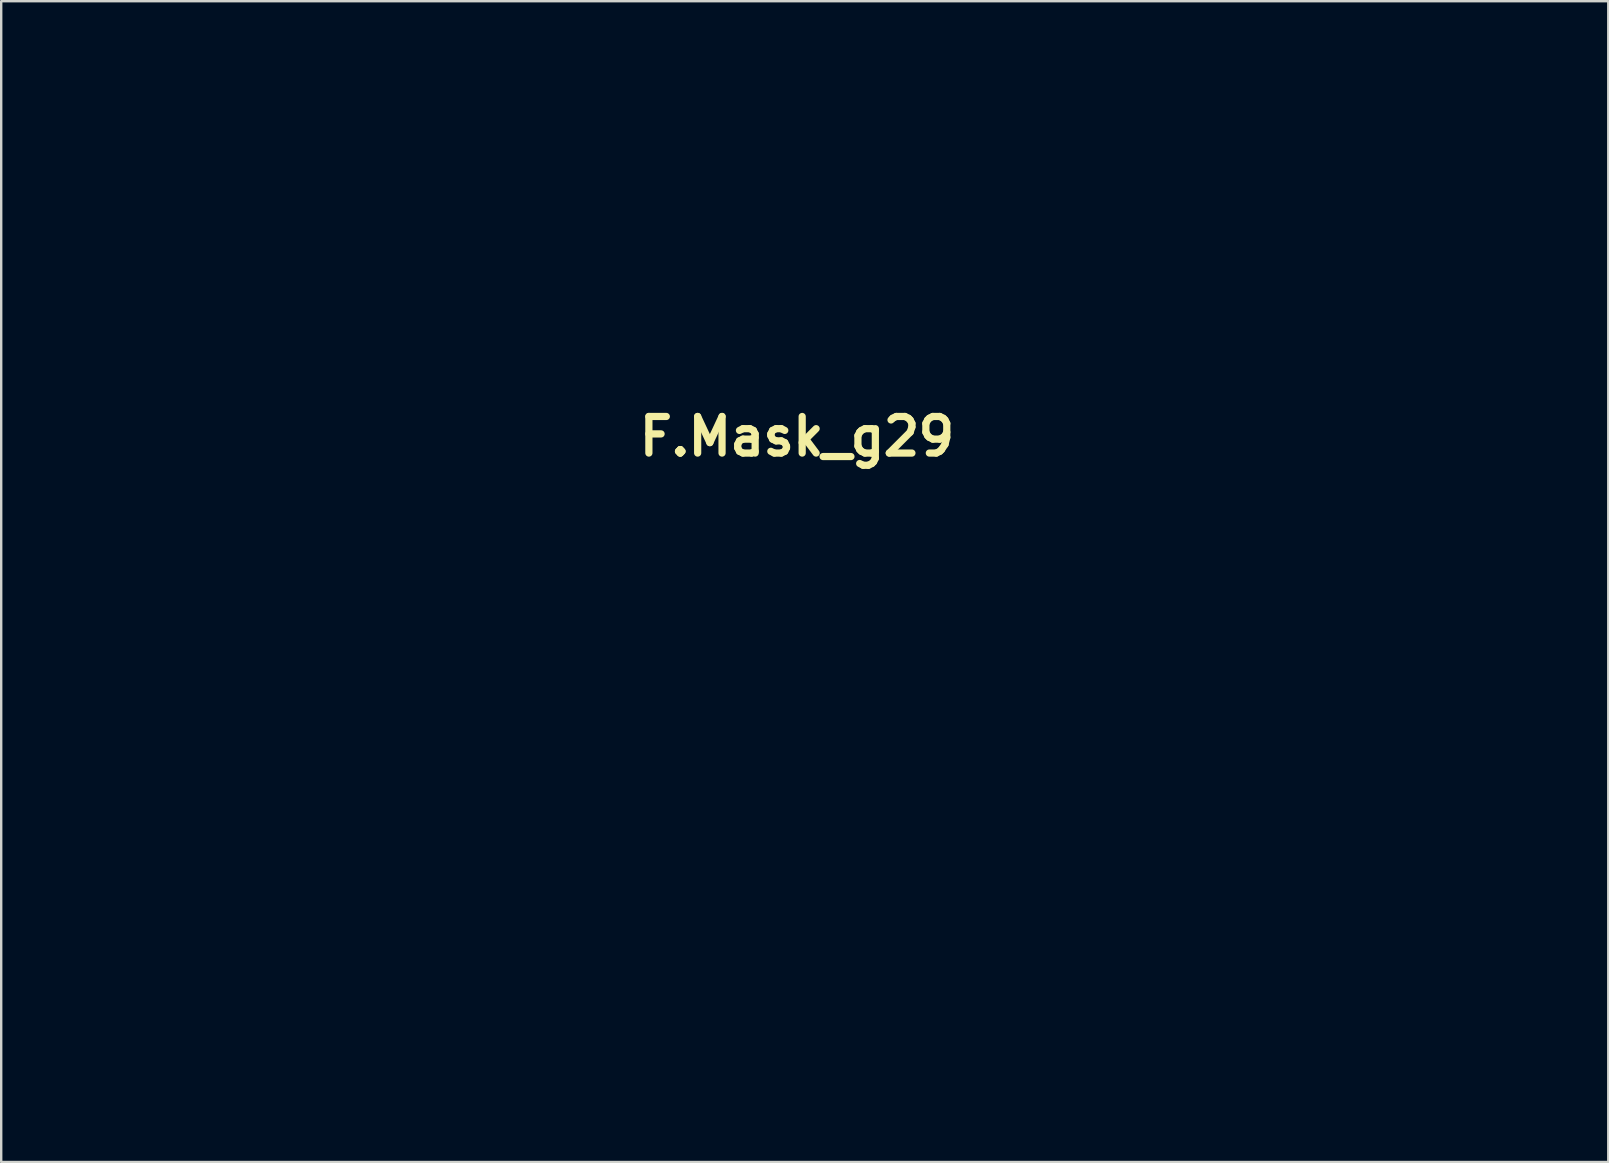
<source format=kicad_pcb>
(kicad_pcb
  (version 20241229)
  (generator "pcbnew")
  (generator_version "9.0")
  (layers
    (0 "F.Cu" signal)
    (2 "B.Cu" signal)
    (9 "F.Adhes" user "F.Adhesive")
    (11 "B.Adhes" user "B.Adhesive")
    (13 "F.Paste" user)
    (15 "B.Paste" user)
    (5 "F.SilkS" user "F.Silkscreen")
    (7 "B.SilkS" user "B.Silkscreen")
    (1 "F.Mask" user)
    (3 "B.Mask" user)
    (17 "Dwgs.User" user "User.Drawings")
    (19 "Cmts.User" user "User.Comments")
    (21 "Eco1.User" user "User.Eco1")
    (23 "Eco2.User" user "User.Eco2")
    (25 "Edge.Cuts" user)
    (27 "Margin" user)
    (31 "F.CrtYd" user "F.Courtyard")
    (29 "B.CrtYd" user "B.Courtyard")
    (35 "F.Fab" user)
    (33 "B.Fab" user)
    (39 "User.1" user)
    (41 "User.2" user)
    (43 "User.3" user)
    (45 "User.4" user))
  (footprint "F.Mask_g29"
    (layer "F.Cu")
    (at 30.151 15.135)
    (property "Reference" "F.Mask_g29" (at 0 0 0) (layer "F.SilkS") (effects (font (size 1.524 1.524) (thickness 0.3))))
    (attr through_hole)
    (fp_poly (pts (xy 21.77 -4.731) (xy 21.77 -4.286) (xy 19.817 -4.281) (xy 17.865 -4.275) (xy 17.865 -4.742) (xy 21.77 -4.731)) (stroke (width 0.01) (type solid)) (fill yes) (layer "F.Mask"))
    (fp_poly (pts (xy 9.25 -1.143) (xy 8.572 -1.143) (xy 8.572 -1.355) (xy 4.487 -1.355) (xy 4.487 -1.82) (xy 8.572 -1.82) (xy 8.572 -3.619) (xy 4.487 -3.619) (xy 4.487 -4.085) (xy 9.25 -4.085) (xy 9.25 -1.143)) (stroke (width 0.01) (type solid)) (fill yes) (layer "F.Mask"))
    (fp_poly (pts (xy 9.872 -5.228) (xy 10.028 -5.111) (xy 10.2 -4.975) (xy 10.392 -4.813) (xy 10.506 -4.715) (xy 10.537 -4.688) (xy 10.553 -4.668) (xy 10.55 -4.648) (xy 10.524 -4.626) (xy 10.47 -4.595) (xy 10.384 -4.55) (xy 10.351 -4.533) (xy 10.192 -4.451) (xy 9.912 -4.686) (xy 9.804 -4.775) (xy 9.693 -4.864) (xy 9.588 -4.946) (xy 9.499 -5.012) (xy 9.463 -5.038) (xy 9.391 -5.088) (xy 9.334 -5.13) (xy 9.3 -5.158) (xy 9.294 -5.165) (xy 9.311 -5.178) (xy 9.358 -5.207) (xy 9.426 -5.246) (xy 9.48 -5.275) (xy 9.667 -5.374) (xy 9.872 -5.228)) (stroke (width 0.01) (type solid)) (fill yes) (layer "F.Mask"))
    (fp_poly (pts (xy 9.073 -5.037) (xy 9.177 -4.955) (xy 9.285 -4.867) (xy 9.391 -4.777) (xy 9.491 -4.69) (xy 9.579 -4.609) (xy 9.652 -4.54) (xy 9.705 -4.485) (xy 9.733 -4.449) (xy 9.735 -4.438) (xy 9.701 -4.417) (xy 9.643 -4.385) (xy 9.572 -4.348) (xy 9.499 -4.311) (xy 9.433 -4.279) (xy 9.387 -4.259) (xy 9.371 -4.255) (xy 9.338 -4.269) (xy 9.296 -4.304) (xy 9.291 -4.31) (xy 9.257 -4.342) (xy 9.197 -4.396) (xy 9.117 -4.465) (xy 9.024 -4.545) (xy 8.923 -4.63) (xy 8.823 -4.714) (xy 8.728 -4.792) (xy 8.646 -4.859) (xy 8.583 -4.908) (xy 8.555 -4.93) (xy 8.484 -4.98) (xy 8.872 -5.189) (xy 9.073 -5.037)) (stroke (width 0.01) (type solid)) (fill yes) (layer "F.Mask"))
    (fp_poly (pts (xy 22.839 -3.027) (xy 20.426 -3.027) (xy 20.426 -2.852) (xy 20.409 -2.527) (xy 20.356 -2.223) (xy 20.267 -1.94) (xy 20.139 -1.672) (xy 19.974 -1.419) (xy 19.768 -1.176) (xy 19.671 -1.079) (xy 19.569 -0.985) (xy 19.464 -0.894) (xy 19.361 -0.81) (xy 19.266 -0.738) (xy 19.185 -0.682) (xy 19.123 -0.646) (xy 19.089 -0.636) (xy 19.061 -0.646) (xy 19.003 -0.672) (xy 18.923 -0.711) (xy 18.828 -0.76) (xy 18.791 -0.779) (xy 18.695 -0.83) (xy 18.615 -0.874) (xy 18.556 -0.908) (xy 18.525 -0.928) (xy 18.522 -0.931) (xy 18.539 -0.946) (xy 18.583 -0.976) (xy 18.643 -1.011) (xy 18.829 -1.131) (xy 19.014 -1.277) (xy 19.187 -1.437) (xy 19.337 -1.601) (xy 19.401 -1.685) (xy 19.531 -1.893) (xy 19.628 -2.112) (xy 19.695 -2.35) (xy 19.733 -2.612) (xy 19.742 -2.746) (xy 19.755 -3.027) (xy 16.806 -3.027) (xy 16.806 -3.471) (xy 22.839 -3.471) (xy 22.839 -3.027)) (stroke (width 0.01) (type solid)) (fill yes) (layer "F.Mask"))
    (fp_poly (pts (xy 2.706 -5.025) (xy 2.84 -5.005) (xy 2.947 -4.975) (xy 2.948 -4.975) (xy 3.079 -4.911) (xy 3.194 -4.827) (xy 3.284 -4.732) (xy 3.323 -4.668) (xy 3.36 -4.548) (xy 3.364 -4.419) (xy 3.336 -4.295) (xy 3.29 -4.209) (xy 3.202 -4.112) (xy 3.085 -4.026) (xy 2.956 -3.96) (xy 2.914 -3.946) (xy 2.817 -3.924) (xy 2.694 -3.909) (xy 2.561 -3.903) (xy 2.431 -3.904) (xy 2.317 -3.913) (xy 2.249 -3.926) (xy 2.075 -3.99) (xy 1.935 -4.074) (xy 1.831 -4.176) (xy 1.762 -4.296) (xy 1.736 -4.417) (xy 2.024 -4.417) (xy 2.059 -4.32) (xy 2.129 -4.233) (xy 2.221 -4.17) (xy 2.286 -4.14) (xy 2.35 -4.122) (xy 2.427 -4.113) (xy 2.529 -4.112) (xy 2.582 -4.113) (xy 2.686 -4.117) (xy 2.76 -4.126) (xy 2.817 -4.142) (xy 2.871 -4.167) (xy 2.878 -4.17) (xy 2.98 -4.246) (xy 3.044 -4.339) (xy 3.069 -4.449) (xy 3.069 -4.466) (xy 3.053 -4.572) (xy 3.003 -4.661) (xy 2.916 -4.735) (xy 2.854 -4.77) (xy 2.78 -4.803) (xy 2.712 -4.821) (xy 2.633 -4.829) (xy 2.568 -4.83) (xy 2.419 -4.823) (xy 2.3 -4.798) (xy 2.201 -4.752) (xy 2.138 -4.705) (xy 2.063 -4.617) (xy 2.025 -4.518) (xy 2.024 -4.417) (xy 1.736 -4.417) (xy 1.733 -4.43) (xy 1.731 -4.466) (xy 1.751 -4.602) (xy 1.81 -4.724) (xy 1.904 -4.831) (xy 2.03 -4.919) (xy 2.186 -4.987) (xy 2.307 -5.019) (xy 2.424 -5.033) (xy 2.563 -5.035) (xy 2.706 -5.025)) (stroke (width 0.01) (type solid)) (fill yes) (layer "F.Mask"))
    (fp_poly (pts (xy -15.483 -10.218) (xy -15.534 -10.131) (xy -15.603 -10.01) (xy -15.691 -9.859) (xy -15.793 -9.681) (xy -15.91 -9.48) (xy -16.038 -9.257) (xy -16.176 -9.018) (xy -16.322 -8.765) (xy -16.475 -8.501) (xy -16.632 -8.229) (xy -16.791 -7.953) (xy -16.898 -7.768) (xy -18.028 -5.81) (xy -19.984 -5.805) (xy -21.939 -5.799) (xy -23.387 -3.291) (xy -24.834 -0.783) (xy -26.78 -0.783) (xy -26.728 -0.873) (xy -26.641 -1.023) (xy -26.541 -1.195) (xy -26.429 -1.389) (xy -26.307 -1.6) (xy -26.176 -1.827) (xy -26.037 -2.067) (xy -25.892 -2.318) (xy -25.743 -2.577) (xy -25.59 -2.842) (xy -25.436 -3.11) (xy -25.282 -3.378) (xy -25.128 -3.644) (xy -24.977 -3.906) (xy -24.831 -4.161) (xy -24.689 -4.407) (xy -24.555 -4.64) (xy -24.429 -4.859) (xy -24.313 -5.061) (xy -24.208 -5.244) (xy -24.116 -5.404) (xy -24.038 -5.54) (xy -23.976 -5.649) (xy -23.931 -5.728) (xy -23.904 -5.775) (xy -23.897 -5.788) (xy -23.918 -5.79) (xy -23.977 -5.792) (xy -24.071 -5.795) (xy -24.196 -5.797) (xy -24.349 -5.799) (xy -24.526 -5.801) (xy -24.723 -5.802) (xy -24.937 -5.804) (xy -25.144 -5.805) (xy -26.39 -5.81) (xy -25.975 -6.53) (xy -25.56 -7.25) (xy -22.327 -7.244) (xy -19.094 -7.238) (xy -19.063 -7.286) (xy -19.046 -7.313) (xy -19.011 -7.374) (xy -18.958 -7.463) (xy -18.891 -7.579) (xy -18.811 -7.717) (xy -18.72 -7.873) (xy -18.621 -8.045) (xy -18.515 -8.228) (xy -18.469 -8.308) (xy -17.907 -9.282) (xy -20.538 -9.292) (xy -23.169 -9.303) (xy -22.361 -10.7) (xy -15.2 -10.71) (xy -15.483 -10.218)) (stroke (width 0.01) (type solid)) (fill yes) (layer "F.Mask"))
    (fp_poly (pts (xy 27.042 -10.566) (xy 27.026 -10.538) (xy 26.992 -10.478) (xy 26.939 -10.386) (xy 26.871 -10.267) (xy 26.788 -10.124) (xy 26.693 -9.958) (xy 26.587 -9.775) (xy 26.472 -9.575) (xy 26.35 -9.363) (xy 26.229 -9.155) (xy 25.447 -7.8) (xy 23.016 -7.794) (xy 20.585 -7.789) (xy 20.349 -7.382) (xy 20.113 -6.974) (xy 22.587 -6.964) (xy 25.062 -6.953) (xy 24.711 -6.345) (xy 24.359 -5.736) (xy 17.824 -5.736) (xy 18.041 -6.112) (xy 18.082 -6.181) (xy 18.141 -6.284) (xy 18.219 -6.418) (xy 18.312 -6.58) (xy 18.42 -6.767) (xy 18.54 -6.976) (xy 18.672 -7.204) (xy 18.813 -7.448) (xy 18.962 -7.705) (xy 19.116 -7.973) (xy 19.275 -8.248) (xy 19.436 -8.528) (xy 19.44 -8.534) (xy 19.583 -8.782) (xy 21.273 -8.782) (xy 21.293 -8.777) (xy 21.35 -8.771) (xy 21.44 -8.767) (xy 21.557 -8.763) (xy 21.697 -8.761) (xy 21.796 -8.76) (xy 21.947 -8.759) (xy 22.131 -8.757) (xy 22.337 -8.755) (xy 22.557 -8.752) (xy 22.78 -8.748) (xy 22.997 -8.745) (xy 23.114 -8.743) (xy 23.309 -8.74) (xy 23.503 -8.736) (xy 23.69 -8.733) (xy 23.862 -8.73) (xy 24.012 -8.728) (xy 24.133 -8.726) (xy 24.205 -8.725) (xy 24.503 -8.721) (xy 24.744 -9.139) (xy 24.816 -9.263) (xy 24.883 -9.379) (xy 24.941 -9.48) (xy 24.987 -9.56) (xy 25.018 -9.613) (xy 25.025 -9.626) (xy 25.066 -9.694) (xy 21.786 -9.694) (xy 21.529 -9.248) (xy 21.458 -9.123) (xy 21.394 -9.01) (xy 21.341 -8.914) (xy 21.301 -8.841) (xy 21.278 -8.795) (xy 21.273 -8.782) (xy 19.583 -8.782) (xy 20.621 -10.581) (xy 20.751 -10.592) (xy 20.787 -10.593) (xy 20.863 -10.595) (xy 20.976 -10.596) (xy 21.125 -10.598) (xy 21.305 -10.599) (xy 21.516 -10.601) (xy 21.754 -10.603) (xy 22.017 -10.604) (xy 22.303 -10.606) (xy 22.608 -10.607) (xy 22.931 -10.609) (xy 23.27 -10.61) (xy 23.621 -10.611) (xy 23.976 -10.612) (xy 27.071 -10.622) (xy 27.042 -10.566)) (stroke (width 0.01) (type solid)) (fill yes) (layer "F.Mask"))
    (fp_poly (pts (xy -15.219 4.416) (xy -15.133 4.467) (xy -15.014 4.536) (xy -14.866 4.623) (xy -14.691 4.725) (xy -14.493 4.841) (xy -14.276 4.968) (xy -14.044 5.104) (xy -13.799 5.247) (xy -13.545 5.395) (xy -13.285 5.547) (xy -13.024 5.7) (xy -13.018 5.704) (xy -12.722 5.876) (xy -12.397 6.066) (xy -12.049 6.269) (xy -11.685 6.482) (xy -11.311 6.701) (xy -10.935 6.921) (xy -10.563 7.138) (xy -10.201 7.349) (xy -9.857 7.55) (xy -9.538 7.737) (xy -9.43 7.8) (xy -9.165 7.955) (xy -8.904 8.107) (xy -8.651 8.255) (xy -8.408 8.397) (xy -8.179 8.531) (xy -7.967 8.655) (xy -7.775 8.767) (xy -7.605 8.866) (xy -7.461 8.95) (xy -7.347 9.017) (xy -7.265 9.065) (xy -7.241 9.079) (xy -7.132 9.144) (xy -7.036 9.202) (xy -6.959 9.251) (xy -6.907 9.286) (xy -6.886 9.304) (xy -6.886 9.304) (xy -6.896 9.331) (xy -6.933 9.383) (xy -6.994 9.459) (xy -7.075 9.553) (xy -7.172 9.663) (xy -7.283 9.784) (xy -7.404 9.914) (xy -7.532 10.048) (xy -7.663 10.183) (xy -7.795 10.316) (xy -7.923 10.442) (xy -8.044 10.559) (xy -8.136 10.645) (xy -8.617 11.069) (xy -9.091 11.451) (xy -9.558 11.793) (xy -10.019 12.094) (xy -10.475 12.354) (xy -10.926 12.575) (xy -11.373 12.756) (xy -11.817 12.898) (xy -12.258 13) (xy -12.558 13.048) (xy -12.743 13.066) (xy -12.953 13.076) (xy -13.172 13.077) (xy -13.386 13.07) (xy -13.579 13.055) (xy -13.644 13.048) (xy -13.931 12.996) (xy -14.228 12.919) (xy -14.521 12.823) (xy -14.792 12.711) (xy -14.87 12.673) (xy -15.233 12.471) (xy -15.563 12.244) (xy -15.859 11.992) (xy -16.121 11.714) (xy -16.349 11.41) (xy -16.544 11.081) (xy -16.706 10.726) (xy -16.834 10.344) (xy -16.929 9.937) (xy -16.968 9.694) (xy -16.986 9.524) (xy -16.998 9.323) (xy -17.004 9.102) (xy -17.005 8.871) (xy -17 8.641) (xy -16.989 8.424) (xy -16.972 8.229) (xy -16.968 8.191) (xy -16.886 7.654) (xy -16.771 7.1) (xy -16.624 6.536) (xy -16.447 5.97) (xy -16.242 5.408) (xy -16.012 4.856) (xy -15.817 4.44) (xy -15.674 4.15) (xy -15.219 4.416)) (stroke (width 0.01) (type solid)) (fill yes) (layer "F.Mask"))
    (fp_poly (pts (xy 14.415 4.476) (xy 14.445 4.548) (xy 14.482 4.651) (xy 14.525 4.779) (xy 14.572 4.929) (xy 14.623 5.094) (xy 14.675 5.271) (xy 14.727 5.453) (xy 14.778 5.635) (xy 14.826 5.813) (xy 14.869 5.982) (xy 14.906 6.137) (xy 14.92 6.198) (xy 15.04 6.794) (xy 15.128 7.368) (xy 15.185 7.919) (xy 15.21 8.447) (xy 15.205 8.95) (xy 15.167 9.429) (xy 15.099 9.882) (xy 14.999 10.309) (xy 14.868 10.709) (xy 14.706 11.08) (xy 14.701 11.091) (xy 14.507 11.435) (xy 14.285 11.748) (xy 14.035 12.031) (xy 13.754 12.284) (xy 13.442 12.51) (xy 13.097 12.709) (xy 13.059 12.728) (xy 12.678 12.898) (xy 12.287 13.029) (xy 11.89 13.12) (xy 11.49 13.171) (xy 11.09 13.181) (xy 10.922 13.173) (xy 10.509 13.122) (xy 10.091 13.031) (xy 9.67 12.898) (xy 9.247 12.726) (xy 8.822 12.514) (xy 8.396 12.263) (xy 7.971 11.974) (xy 7.548 11.647) (xy 7.126 11.283) (xy 6.708 10.883) (xy 6.294 10.447) (xy 5.886 9.976) (xy 5.648 9.684) (xy 5.549 9.557) (xy 5.447 9.422) (xy 5.343 9.283) (xy 5.242 9.146) (xy 5.147 9.013) (xy 5.061 8.891) (xy 4.987 8.783) (xy 4.928 8.693) (xy 4.888 8.628) (xy 4.869 8.59) (xy 4.868 8.585) (xy 4.887 8.573) (xy 4.942 8.545) (xy 5.029 8.504) (xy 5.146 8.45) (xy 5.29 8.385) (xy 5.456 8.311) (xy 5.643 8.228) (xy 5.846 8.138) (xy 6.064 8.043) (xy 6.218 7.975) (xy 6.388 7.901) (xy 6.594 7.812) (xy 6.833 7.708) (xy 7.101 7.591) (xy 7.395 7.463) (xy 7.712 7.325) (xy 8.049 7.179) (xy 8.403 7.025) (xy 8.771 6.865) (xy 9.149 6.7) (xy 9.535 6.532) (xy 9.924 6.363) (xy 10.315 6.193) (xy 10.704 6.023) (xy 10.974 5.906) (xy 11.334 5.749) (xy 11.685 5.597) (xy 12.022 5.451) (xy 12.346 5.311) (xy 12.653 5.178) (xy 12.942 5.054) (xy 13.21 4.938) (xy 13.457 4.833) (xy 13.679 4.738) (xy 13.874 4.654) (xy 14.042 4.583) (xy 14.18 4.525) (xy 14.285 4.482) (xy 14.356 4.453) (xy 14.392 4.44) (xy 14.395 4.439) (xy 14.415 4.476)) (stroke (width 0.01) (type solid)) (fill yes) (layer "F.Mask"))
    (fp_poly (pts (xy 0.255 -4.165) (xy 0.377 -4.144) (xy 0.42 -4.131) (xy 0.467 -4.109) (xy 0.543 -4.068) (xy 0.642 -4.011) (xy 0.759 -3.943) (xy 0.886 -3.867) (xy 0.987 -3.805) (xy 1.185 -3.683) (xy 1.368 -3.57) (xy 1.542 -3.464) (xy 1.712 -3.359) (xy 1.884 -3.254) (xy 2.064 -3.145) (xy 2.256 -3.028) (xy 2.467 -2.9) (xy 2.701 -2.759) (xy 2.966 -2.599) (xy 3.037 -2.556) (xy 3.216 -2.448) (xy 3.384 -2.346) (xy 3.537 -2.253) (xy 3.672 -2.171) (xy 3.786 -2.102) (xy 3.875 -2.047) (xy 3.935 -2.01) (xy 3.963 -1.991) (xy 3.965 -1.99) (xy 3.952 -1.976) (xy 3.91 -1.943) (xy 3.846 -1.897) (xy 3.767 -1.841) (xy 3.679 -1.781) (xy 3.589 -1.721) (xy 3.503 -1.665) (xy 3.429 -1.618) (xy 3.373 -1.584) (xy 3.342 -1.568) (xy 3.339 -1.568) (xy 3.32 -1.579) (xy 3.272 -1.61) (xy 3.2 -1.657) (xy 3.109 -1.716) (xy 3.006 -1.783) (xy 2.836 -1.893) (xy 2.652 -2.013) (xy 2.455 -2.14) (xy 2.249 -2.272) (xy 2.039 -2.408) (xy 1.826 -2.544) (xy 1.614 -2.679) (xy 1.407 -2.812) (xy 1.208 -2.938) (xy 1.02 -3.058) (xy 0.846 -3.168) (xy 0.69 -3.266) (xy 0.556 -3.351) (xy 0.445 -3.419) (xy 0.363 -3.47) (xy 0.311 -3.501) (xy 0.3 -3.507) (xy 0.189 -3.556) (xy 0.094 -3.574) (xy 0.005 -3.563) (xy -0.07 -3.532) (xy -0.108 -3.507) (xy -0.175 -3.46) (xy -0.265 -3.393) (xy -0.373 -3.311) (xy -0.494 -3.217) (xy -0.623 -3.115) (xy -0.667 -3.08) (xy -0.816 -2.961) (xy -0.976 -2.834) (xy -1.137 -2.707) (xy -1.291 -2.586) (xy -1.429 -2.479) (xy -1.534 -2.398) (xy -1.893 -2.122) (xy -2.172 -2.347) (xy -2.263 -2.421) (xy -2.34 -2.487) (xy -2.398 -2.539) (xy -2.432 -2.573) (xy -2.438 -2.585) (xy -2.407 -2.608) (xy -2.345 -2.653) (xy -2.255 -2.715) (xy -2.142 -2.793) (xy -2.009 -2.883) (xy -1.86 -2.985) (xy -1.698 -3.094) (xy -1.527 -3.209) (xy -1.351 -3.327) (xy -1.173 -3.445) (xy -0.998 -3.562) (xy -0.829 -3.674) (xy -0.669 -3.78) (xy -0.523 -3.876) (xy -0.394 -3.96) (xy -0.285 -4.031) (xy -0.201 -4.084) (xy -0.145 -4.119) (xy -0.122 -4.131) (xy -0.012 -4.159) (xy 0.119 -4.17) (xy 0.255 -4.165)) (stroke (width 0.01) (type solid)) (fill yes) (layer "F.Mask"))
    (fp_poly (pts (xy 12.945 -10.51) (xy 13.07 -10.51) (xy 13.16 -10.509) (xy 13.213 -10.507) (xy 13.226 -10.506) (xy 13.218 -10.487) (xy 13.192 -10.436) (xy 13.149 -10.359) (xy 13.094 -10.26) (xy 13.028 -10.144) (xy 12.965 -10.034) (xy 12.696 -9.568) (xy 10.28 -9.562) (xy 7.864 -9.557) (xy 7.65 -9.186) (xy 7.436 -8.816) (xy 9.93 -8.811) (xy 10.251 -8.81) (xy 10.561 -8.809) (xy 10.855 -8.807) (xy 11.132 -8.806) (xy 11.39 -8.804) (xy 11.625 -8.803) (xy 11.835 -8.801) (xy 12.017 -8.799) (xy 12.169 -8.797) (xy 12.288 -8.795) (xy 12.371 -8.793) (xy 12.416 -8.791) (xy 12.424 -8.789) (xy 12.414 -8.769) (xy 12.384 -8.715) (xy 12.336 -8.629) (xy 12.271 -8.516) (xy 12.191 -8.376) (xy 12.099 -8.214) (xy 11.994 -8.032) (xy 11.879 -7.832) (xy 11.756 -7.618) (xy 11.625 -7.392) (xy 11.561 -7.281) (xy 10.699 -5.789) (xy 7.57 -5.784) (xy 7.118 -5.783) (xy 6.697 -5.783) (xy 6.31 -5.783) (xy 5.957 -5.783) (xy 5.639 -5.784) (xy 5.356 -5.785) (xy 5.11 -5.786) (xy 4.902 -5.787) (xy 4.731 -5.789) (xy 4.6 -5.791) (xy 4.509 -5.794) (xy 4.459 -5.796) (xy 4.449 -5.799) (xy 4.46 -5.821) (xy 4.491 -5.876) (xy 4.537 -5.958) (xy 4.597 -6.063) (xy 4.667 -6.185) (xy 4.745 -6.321) (xy 4.773 -6.37) (xy 5.091 -6.921) (xy 9.594 -6.932) (xy 9.863 -7.398) (xy 10.133 -7.863) (xy 7.786 -7.869) (xy 7.421 -7.87) (xy 7.082 -7.871) (xy 6.77 -7.873) (xy 6.486 -7.874) (xy 6.233 -7.877) (xy 6.012 -7.879) (xy 5.825 -7.881) (xy 5.672 -7.884) (xy 5.557 -7.887) (xy 5.48 -7.89) (xy 5.443 -7.893) (xy 5.44 -7.894) (xy 5.45 -7.915) (xy 5.48 -7.969) (xy 5.526 -8.052) (xy 5.588 -8.162) (xy 5.663 -8.293) (xy 5.748 -8.443) (xy 5.842 -8.608) (xy 5.943 -8.784) (xy 6.049 -8.967) (xy 6.157 -9.155) (xy 6.266 -9.344) (xy 6.373 -9.529) (xy 6.476 -9.707) (xy 6.574 -9.875) (xy 6.663 -10.029) (xy 6.743 -10.166) (xy 6.811 -10.281) (xy 6.865 -10.372) (xy 6.902 -10.434) (xy 6.921 -10.464) (xy 6.923 -10.466) (xy 6.945 -10.468) (xy 7.007 -10.47) (xy 7.106 -10.472) (xy 7.238 -10.474) (xy 7.402 -10.476) (xy 7.593 -10.479) (xy 7.81 -10.481) (xy 8.049 -10.484) (xy 8.308 -10.486) (xy 8.583 -10.488) (xy 8.873 -10.491) (xy 9.173 -10.493) (xy 9.482 -10.495) (xy 9.796 -10.498) (xy 10.112 -10.5) (xy 10.428 -10.502) (xy 10.741 -10.503) (xy 11.048 -10.505) (xy 11.346 -10.506) (xy 11.632 -10.508) (xy 11.904 -10.509) (xy 12.159 -10.51) (xy 12.393 -10.51) (xy 12.604 -10.51) (xy 12.789 -10.51) (xy 12.945 -10.51)) (stroke (width 0.01) (type solid)) (fill yes) (layer "F.Mask"))
    (fp_poly (pts (xy -9.49 -10.694) (xy -9.225 -10.693) (xy -8.977 -10.693) (xy -8.751 -10.692) (xy -8.548 -10.691) (xy -8.371 -10.689) (xy -8.224 -10.687) (xy -8.109 -10.685) (xy -8.029 -10.683) (xy -7.987 -10.68) (xy -7.981 -10.679) (xy -7.992 -10.657) (xy -8.022 -10.602) (xy -8.071 -10.516) (xy -8.135 -10.402) (xy -8.214 -10.263) (xy -8.307 -10.102) (xy -8.411 -9.921) (xy -8.524 -9.724) (xy -8.646 -9.513) (xy -8.774 -9.291) (xy -8.792 -9.26) (xy -9.6 -7.863) (xy -12.034 -7.857) (xy -14.467 -7.851) (xy -14.694 -7.455) (xy -14.92 -7.059) (xy -12.455 -7.054) (xy -12.066 -7.053) (xy -11.717 -7.052) (xy -11.407 -7.051) (xy -11.133 -7.049) (xy -10.895 -7.048) (xy -10.688 -7.046) (xy -10.513 -7.044) (xy -10.367 -7.042) (xy -10.248 -7.04) (xy -10.154 -7.037) (xy -10.084 -7.034) (xy -10.034 -7.031) (xy -10.005 -7.027) (xy -9.992 -7.023) (xy -9.992 -7.022) (xy -10.002 -6.998) (xy -10.032 -6.942) (xy -10.078 -6.858) (xy -10.137 -6.752) (xy -10.208 -6.627) (xy -10.288 -6.489) (xy -10.337 -6.403) (xy -10.682 -5.81) (xy -13.947 -5.805) (xy -14.397 -5.804) (xy -14.805 -5.804) (xy -15.175 -5.803) (xy -15.508 -5.803) (xy -15.804 -5.804) (xy -16.067 -5.804) (xy -16.298 -5.805) (xy -16.498 -5.806) (xy -16.669 -5.807) (xy -16.813 -5.808) (xy -16.932 -5.81) (xy -17.026 -5.812) (xy -17.099 -5.814) (xy -17.151 -5.817) (xy -17.184 -5.82) (xy -17.201 -5.824) (xy -17.203 -5.826) (xy -17.191 -5.847) (xy -17.159 -5.903) (xy -17.109 -5.991) (xy -17.041 -6.109) (xy -16.958 -6.255) (xy -16.859 -6.427) (xy -16.746 -6.623) (xy -16.621 -6.84) (xy -16.485 -7.076) (xy -16.339 -7.329) (xy -16.184 -7.597) (xy -16.022 -7.878) (xy -15.854 -8.17) (xy -15.805 -8.255) (xy -15.456 -8.858) (xy -13.779 -8.858) (xy -13.647 -8.852) (xy -13.592 -8.85) (xy -13.499 -8.848) (xy -13.373 -8.845) (xy -13.22 -8.842) (xy -13.043 -8.839) (xy -12.848 -8.835) (xy -12.64 -8.832) (xy -12.423 -8.828) (xy -12.202 -8.825) (xy -11.983 -8.821) (xy -11.769 -8.818) (xy -11.566 -8.815) (xy -11.378 -8.813) (xy -11.21 -8.811) (xy -11.068 -8.81) (xy -10.996 -8.809) (xy -10.53 -8.806) (xy -10.308 -9.191) (xy -10.237 -9.314) (xy -10.17 -9.43) (xy -10.11 -9.534) (xy -10.062 -9.617) (xy -10.031 -9.672) (xy -10.027 -9.678) (xy -9.968 -9.779) (xy -11.611 -9.774) (xy -13.254 -9.768) (xy -13.516 -9.313) (xy -13.779 -8.858) (xy -15.456 -8.858) (xy -14.417 -10.657) (xy -13.49 -10.672) (xy -13.273 -10.675) (xy -13.035 -10.678) (xy -12.777 -10.681) (xy -12.503 -10.683) (xy -12.215 -10.685) (xy -11.917 -10.687) (xy -11.611 -10.689) (xy -11.3 -10.69) (xy -10.987 -10.692) (xy -10.674 -10.693) (xy -10.366 -10.693) (xy -10.064 -10.694) (xy -9.771 -10.694) (xy -9.49 -10.694)) (stroke (width 0.01) (type solid)) (fill yes) (layer "F.Mask"))
    (fp_poly (pts (xy 6.371 20.521) (xy 6.443 20.593) (xy 6.534 20.691) (xy 6.639 20.809) (xy 6.752 20.939) (xy 6.867 21.073) (xy 6.977 21.206) (xy 7.076 21.329) (xy 7.122 21.389) (xy 7.418 21.796) (xy 7.677 22.195) (xy 7.897 22.586) (xy 8.079 22.969) (xy 8.223 23.341) (xy 8.328 23.704) (xy 8.394 24.055) (xy 8.422 24.396) (xy 8.411 24.723) (xy 8.36 25.038) (xy 8.27 25.34) (xy 8.168 25.575) (xy 8.004 25.854) (xy 7.805 26.116) (xy 7.573 26.356) (xy 7.314 26.572) (xy 7.03 26.761) (xy 6.725 26.919) (xy 6.404 27.043) (xy 6.392 27.046) (xy 6.056 27.134) (xy 5.696 27.192) (xy 5.32 27.219) (xy 4.935 27.214) (xy 4.699 27.196) (xy 4.281 27.137) (xy 3.844 27.044) (xy 3.39 26.918) (xy 2.923 26.76) (xy 2.448 26.573) (xy 1.966 26.357) (xy 1.482 26.115) (xy 0.999 25.846) (xy 0.521 25.553) (xy 0.438 25.499) (xy 0.342 25.435) (xy 0.261 25.379) (xy 0.201 25.333) (xy 0.168 25.304) (xy 0.163 25.295) (xy 0.187 25.283) (xy 0.244 25.258) (xy 0.329 25.222) (xy 0.437 25.178) (xy 0.561 25.127) (xy 0.646 25.093) (xy 0.942 24.972) (xy 1.242 24.845) (xy 1.542 24.714) (xy 1.838 24.583) (xy 2.125 24.451) (xy 2.398 24.323) (xy 2.653 24.199) (xy 2.887 24.082) (xy 3.094 23.973) (xy 3.27 23.876) (xy 3.408 23.793) (xy 3.439 23.775) (xy 3.445 23.776) (xy 3.425 23.803) (xy 3.4 23.833) (xy 3.365 23.88) (xy 3.356 23.909) (xy 3.37 23.928) (xy 3.397 23.949) (xy 3.449 23.991) (xy 3.52 24.049) (xy 3.603 24.116) (xy 3.618 24.128) (xy 3.914 24.357) (xy 4.192 24.547) (xy 4.453 24.699) (xy 4.697 24.813) (xy 4.925 24.889) (xy 5.135 24.927) (xy 5.285 24.93) (xy 5.367 24.924) (xy 5.432 24.917) (xy 5.47 24.91) (xy 5.474 24.907) (xy 5.472 24.884) (xy 5.459 24.826) (xy 5.437 24.739) (xy 5.407 24.628) (xy 5.37 24.498) (xy 5.336 24.383) (xy 5.296 24.243) (xy 5.26 24.116) (xy 5.231 24.008) (xy 5.209 23.925) (xy 5.198 23.872) (xy 5.196 23.855) (xy 5.186 23.839) (xy 5.147 23.824) (xy 5.144 23.823) (xy 5.091 23.803) (xy 5.01 23.761) (xy 4.91 23.703) (xy 4.795 23.632) (xy 4.674 23.554) (xy 4.553 23.472) (xy 4.439 23.391) (xy 4.338 23.316) (xy 4.256 23.251) (xy 4.202 23.201) (xy 4.194 23.192) (xy 4.193 23.172) (xy 4.212 23.135) (xy 4.251 23.077) (xy 4.315 22.995) (xy 4.405 22.885) (xy 4.413 22.875) (xy 4.497 22.773) (xy 4.599 22.645) (xy 4.717 22.496) (xy 4.848 22.33) (xy 4.988 22.151) (xy 5.135 21.962) (xy 5.285 21.768) (xy 5.434 21.573) (xy 5.581 21.381) (xy 5.722 21.196) (xy 5.854 21.023) (xy 5.973 20.864) (xy 6.077 20.724) (xy 6.163 20.608) (xy 6.226 20.519) (xy 6.247 20.488) (xy 6.282 20.436) (xy 6.371 20.521)) (stroke (width 0.01) (type solid)) (fill yes) (layer "F.Mask"))
    (fp_poly (pts (xy 16.885 -13.839) (xy 17.064 -13.838) (xy 17.077 -13.838) (xy 17.865 -13.832) (xy 17.414 -13.049) (xy 16.963 -12.266) (xy 20.975 -12.251) (xy 21.411 -12.249) (xy 21.852 -12.247) (xy 22.294 -12.246) (xy 22.733 -12.244) (xy 23.168 -12.242) (xy 23.593 -12.241) (xy 24.007 -12.239) (xy 24.405 -12.238) (xy 24.785 -12.236) (xy 25.143 -12.235) (xy 25.477 -12.234) (xy 25.781 -12.232) (xy 26.055 -12.231) (xy 26.293 -12.231) (xy 26.494 -12.23) (xy 26.544 -12.23) (xy 28.102 -12.224) (xy 27.793 -11.689) (xy 27.485 -11.155) (xy 21.9 -11.15) (xy 16.315 -11.144) (xy 15.058 -8.968) (xy 14.896 -8.688) (xy 14.741 -8.419) (xy 14.593 -8.162) (xy 14.454 -7.921) (xy 14.324 -7.696) (xy 14.206 -7.491) (xy 14.1 -7.307) (xy 14.009 -7.147) (xy 13.932 -7.013) (xy 13.871 -6.907) (xy 13.829 -6.833) (xy 13.805 -6.791) (xy 13.801 -6.782) (xy 13.821 -6.781) (xy 13.881 -6.78) (xy 13.978 -6.778) (xy 14.108 -6.777) (xy 14.268 -6.776) (xy 14.457 -6.776) (xy 14.669 -6.775) (xy 14.904 -6.774) (xy 15.157 -6.774) (xy 15.426 -6.773) (xy 15.708 -6.773) (xy 15.759 -6.773) (xy 16.042 -6.773) (xy 16.314 -6.773) (xy 16.57 -6.773) (xy 16.808 -6.772) (xy 17.025 -6.772) (xy 17.218 -6.771) (xy 17.383 -6.77) (xy 17.519 -6.769) (xy 17.621 -6.768) (xy 17.688 -6.767) (xy 17.716 -6.766) (xy 17.716 -6.766) (xy 17.706 -6.746) (xy 17.678 -6.695) (xy 17.633 -6.617) (xy 17.576 -6.516) (xy 17.508 -6.397) (xy 17.432 -6.266) (xy 17.424 -6.253) (xy 17.132 -5.747) (xy 14.763 -5.746) (xy 14.44 -5.746) (xy 14.123 -5.746) (xy 13.816 -5.746) (xy 13.52 -5.747) (xy 13.24 -5.747) (xy 12.98 -5.748) (xy 12.741 -5.748) (xy 12.528 -5.749) (xy 12.344 -5.75) (xy 12.192 -5.75) (xy 12.075 -5.751) (xy 11.998 -5.752) (xy 11.994 -5.752) (xy 11.852 -5.755) (xy 11.748 -5.758) (xy 11.676 -5.762) (xy 11.631 -5.768) (xy 11.61 -5.776) (xy 11.606 -5.787) (xy 11.606 -5.788) (xy 11.618 -5.809) (xy 11.65 -5.865) (xy 11.7 -5.954) (xy 11.768 -6.073) (xy 11.853 -6.22) (xy 11.953 -6.394) (xy 12.067 -6.592) (xy 12.193 -6.812) (xy 12.332 -7.052) (xy 12.481 -7.31) (xy 12.639 -7.585) (xy 12.805 -7.873) (xy 12.978 -8.173) (xy 13.154 -8.477) (xy 13.332 -8.786) (xy 13.505 -9.086) (xy 13.671 -9.373) (xy 13.828 -9.646) (xy 13.976 -9.902) (xy 14.113 -10.141) (xy 14.239 -10.359) (xy 14.352 -10.555) (xy 14.45 -10.726) (xy 14.533 -10.871) (xy 14.6 -10.988) (xy 14.649 -11.074) (xy 14.679 -11.127) (xy 14.69 -11.146) (xy 14.669 -11.148) (xy 14.612 -11.151) (xy 14.524 -11.153) (xy 14.411 -11.156) (xy 14.277 -11.158) (xy 14.143 -11.16) (xy 13.597 -11.165) (xy 13.912 -11.71) (xy 14.228 -12.255) (xy 15.336 -12.255) (xy 15.788 -13.04) (xy 15.884 -13.207) (xy 15.975 -13.361) (xy 16.057 -13.501) (xy 16.129 -13.621) (xy 16.188 -13.718) (xy 16.231 -13.788) (xy 16.258 -13.827) (xy 16.264 -13.834) (xy 16.29 -13.836) (xy 16.354 -13.838) (xy 16.45 -13.839) (xy 16.573 -13.839) (xy 16.72 -13.839) (xy 16.885 -13.839)) (stroke (width 0.01) (type solid)) (fill yes) (layer "F.Mask"))
    (fp_poly (pts (xy 14.759 -4.599) (xy 14.764 -4.598) (xy 14.805 -4.572) (xy 14.868 -4.528) (xy 14.946 -4.474) (xy 15.03 -4.413) (xy 15.113 -4.353) (xy 15.188 -4.298) (xy 15.245 -4.254) (xy 15.278 -4.227) (xy 15.282 -4.223) (xy 15.295 -4.183) (xy 15.27 -4.148) (xy 15.211 -4.121) (xy 15.185 -4.115) (xy 15.156 -4.106) (xy 15.122 -4.085) (xy 15.079 -4.048) (xy 15.022 -3.993) (xy 14.948 -3.914) (xy 14.852 -3.807) (xy 14.82 -3.771) (xy 14.705 -3.643) (xy 14.573 -3.501) (xy 14.437 -3.357) (xy 14.308 -3.223) (xy 14.226 -3.141) (xy 13.926 -2.842) (xy 14.186 -2.698) (xy 14.366 -2.597) (xy 14.57 -2.479) (xy 14.788 -2.35) (xy 15.009 -2.216) (xy 15.223 -2.085) (xy 15.418 -1.961) (xy 15.483 -1.919) (xy 15.573 -1.861) (xy 15.679 -1.791) (xy 15.795 -1.713) (xy 15.915 -1.633) (xy 16.034 -1.552) (xy 16.146 -1.476) (xy 16.246 -1.408) (xy 16.326 -1.352) (xy 16.383 -1.312) (xy 16.409 -1.293) (xy 16.397 -1.278) (xy 16.354 -1.246) (xy 16.286 -1.2) (xy 16.199 -1.145) (xy 16.131 -1.104) (xy 15.837 -0.929) (xy 15.601 -1.099) (xy 15.382 -1.253) (xy 15.144 -1.416) (xy 14.894 -1.582) (xy 14.638 -1.748) (xy 14.384 -1.909) (xy 14.139 -2.06) (xy 13.91 -2.196) (xy 13.704 -2.314) (xy 13.61 -2.366) (xy 13.451 -2.451) (xy 13.183 -2.257) (xy 12.82 -2.007) (xy 12.44 -1.765) (xy 12.036 -1.528) (xy 11.6 -1.291) (xy 11.325 -1.15) (xy 11.195 -1.084) (xy 11.078 -1.026) (xy 10.978 -0.977) (xy 10.901 -0.939) (xy 10.853 -0.917) (xy 10.839 -0.911) (xy 10.817 -0.922) (xy 10.767 -0.951) (xy 10.694 -0.996) (xy 10.605 -1.052) (xy 10.555 -1.083) (xy 10.284 -1.254) (xy 10.894 -1.557) (xy 11.338 -1.782) (xy 11.744 -2) (xy 12.115 -2.212) (xy 12.455 -2.421) (xy 12.766 -2.63) (xy 13.053 -2.84) (xy 13.318 -3.053) (xy 13.565 -3.272) (xy 13.797 -3.499) (xy 13.848 -3.553) (xy 13.911 -3.622) (xy 13.982 -3.703) (xy 14.054 -3.791) (xy 14.124 -3.878) (xy 14.185 -3.958) (xy 14.232 -4.024) (xy 14.261 -4.069) (xy 14.266 -4.084) (xy 14.263 -4.086) (xy 14.251 -4.087) (xy 14.229 -4.088) (xy 14.195 -4.087) (xy 14.145 -4.086) (xy 14.078 -4.084) (xy 13.992 -4.081) (xy 13.884 -4.077) (xy 13.752 -4.072) (xy 13.594 -4.065) (xy 13.407 -4.057) (xy 13.19 -4.047) (xy 12.94 -4.036) (xy 12.655 -4.023) (xy 12.333 -4.009) (xy 11.971 -3.992) (xy 11.89 -3.989) (xy 11.71 -3.981) (xy 11.544 -3.974) (xy 11.396 -3.969) (xy 11.271 -3.965) (xy 11.174 -3.962) (xy 11.108 -3.961) (xy 11.08 -3.962) (xy 11.08 -3.963) (xy 11.071 -3.987) (xy 11.058 -4.042) (xy 11.042 -4.118) (xy 11.026 -4.203) (xy 11.011 -4.288) (xy 10.999 -4.362) (xy 10.992 -4.416) (xy 10.992 -4.437) (xy 11.014 -4.439) (xy 11.075 -4.442) (xy 11.172 -4.447) (xy 11.302 -4.452) (xy 11.462 -4.458) (xy 11.648 -4.464) (xy 11.857 -4.471) (xy 12.086 -4.479) (xy 12.332 -4.487) (xy 12.592 -4.495) (xy 12.702 -4.499) (xy 13.078 -4.51) (xy 13.411 -4.522) (xy 13.702 -4.532) (xy 13.952 -4.542) (xy 14.16 -4.551) (xy 14.327 -4.56) (xy 14.453 -4.568) (xy 14.539 -4.576) (xy 14.573 -4.58) (xy 14.655 -4.593) (xy 14.721 -4.599) (xy 14.759 -4.599)) (stroke (width 0.01) (type solid)) (fill yes) (layer "F.Mask"))
    (fp_poly (pts (xy 1.827 -11.534) (xy 1.861 -11.485) (xy 1.913 -11.406) (xy 1.981 -11.301) (xy 2.062 -11.174) (xy 2.154 -11.028) (xy 2.256 -10.866) (xy 2.364 -10.691) (xy 2.395 -10.641) (xy 2.959 -9.726) (xy 3.845 -9.543) (xy 4.04 -9.502) (xy 4.229 -9.463) (xy 4.406 -9.427) (xy 4.565 -9.394) (xy 4.702 -9.365) (xy 4.81 -9.343) (xy 4.885 -9.327) (xy 4.905 -9.323) (xy 4.985 -9.305) (xy 5.045 -9.289) (xy 5.077 -9.276) (xy 5.08 -9.274) (xy 5.067 -9.255) (xy 5.029 -9.208) (xy 4.968 -9.134) (xy 4.888 -9.038) (xy 4.791 -8.921) (xy 4.679 -8.788) (xy 4.556 -8.641) (xy 4.422 -8.483) (xy 4.382 -8.436) (xy 4.215 -8.238) (xy 4.074 -8.069) (xy 3.958 -7.929) (xy 3.866 -7.815) (xy 3.795 -7.725) (xy 3.744 -7.657) (xy 3.711 -7.609) (xy 3.695 -7.579) (xy 3.694 -7.568) (xy 3.7 -7.53) (xy 3.709 -7.457) (xy 3.721 -7.353) (xy 3.736 -7.224) (xy 3.752 -7.075) (xy 3.77 -6.91) (xy 3.789 -6.735) (xy 3.808 -6.554) (xy 3.826 -6.371) (xy 3.845 -6.193) (xy 3.862 -6.024) (xy 3.877 -5.869) (xy 3.89 -5.732) (xy 3.901 -5.619) (xy 3.908 -5.535) (xy 3.911 -5.484) (xy 3.911 -5.471) (xy 3.89 -5.476) (xy 3.833 -5.496) (xy 3.745 -5.53) (xy 3.629 -5.575) (xy 3.489 -5.63) (xy 3.328 -5.694) (xy 3.151 -5.766) (xy 2.96 -5.843) (xy 2.914 -5.862) (xy 2.721 -5.941) (xy 2.54 -6.015) (xy 2.374 -6.082) (xy 2.228 -6.141) (xy 2.105 -6.19) (xy 2.009 -6.228) (xy 1.943 -6.254) (xy 1.912 -6.265) (xy 1.91 -6.265) (xy 1.888 -6.257) (xy 1.831 -6.233) (xy 1.743 -6.194) (xy 1.627 -6.143) (xy 1.488 -6.081) (xy 1.33 -6.011) (xy 1.155 -5.932) (xy 0.969 -5.848) (xy 0.941 -5.835) (xy 0.752 -5.75) (xy 0.574 -5.67) (xy 0.411 -5.596) (xy 0.266 -5.531) (xy 0.145 -5.477) (xy 0.049 -5.434) (xy -0.016 -5.405) (xy -0.046 -5.392) (xy -0.048 -5.391) (xy -0.069 -5.388) (xy -0.078 -5.403) (xy -0.077 -5.447) (xy -0.074 -5.488) (xy -0.07 -5.533) (xy -0.063 -5.615) (xy -0.054 -5.729) (xy -0.043 -5.87) (xy -0.031 -6.032) (xy -0.018 -6.21) (xy -0.004 -6.4) (xy 0.000387 -6.466) (xy 0.014 -6.658) (xy 0.028 -6.841) (xy 0.04 -7.008) (xy 0.052 -7.156) (xy 0.061 -7.279) (xy 0.069 -7.372) (xy 0.074 -7.429) (xy 0.075 -7.44) (xy 0.086 -7.546) (xy -0.645 -8.349) (xy -0.83 -8.553) (xy -0.987 -8.728) (xy -1.116 -8.875) (xy -1.218 -8.992) (xy -1.291 -9.079) (xy -1.335 -9.137) (xy -1.35 -9.165) (xy -1.35 -9.167) (xy -1.324 -9.175) (xy -1.262 -9.191) (xy -1.166 -9.216) (xy -1.042 -9.247) (xy -0.893 -9.285) (xy -0.723 -9.327) (xy -0.536 -9.373) (xy -0.336 -9.422) (xy -0.307 -9.429) (xy -0.106 -9.478) (xy 0.083 -9.525) (xy 0.255 -9.569) (xy 0.407 -9.607) (xy 0.534 -9.641) (xy 0.633 -9.667) (xy 0.699 -9.686) (xy 0.729 -9.696) (xy 0.73 -9.697) (xy 0.745 -9.719) (xy 0.778 -9.774) (xy 0.828 -9.859) (xy 0.892 -9.97) (xy 0.969 -10.103) (xy 1.057 -10.255) (xy 1.153 -10.422) (xy 1.255 -10.601) (xy 1.273 -10.631) (xy 1.375 -10.811) (xy 1.472 -10.979) (xy 1.561 -11.132) (xy 1.64 -11.267) (xy 1.706 -11.379) (xy 1.758 -11.466) (xy 1.794 -11.524) (xy 1.811 -11.549) (xy 1.812 -11.55) (xy 1.827 -11.534)) (stroke (width 0.01) (type solid)) (fill yes) (layer "F.Mask"))
    (fp_poly (pts (xy -4.267 -10.593) (xy -3.94 -10.591) (xy -3.625 -10.589) (xy -3.324 -10.587) (xy -3.041 -10.586) (xy -2.777 -10.584) (xy -2.535 -10.582) (xy -2.318 -10.581) (xy -2.128 -10.579) (xy -1.969 -10.578) (xy -1.841 -10.577) (xy -1.749 -10.576) (xy -1.695 -10.576) (xy -1.68 -10.575) (xy -1.689 -10.557) (xy -1.717 -10.506) (xy -1.762 -10.427) (xy -1.821 -10.324) (xy -1.892 -10.2) (xy -1.972 -10.06) (xy -2.058 -9.911) (xy -2.439 -9.25) (xy -5.939 -9.25) (xy -6.568 -8.161) (xy -6.681 -7.964) (xy -6.788 -7.779) (xy -6.886 -7.608) (xy -6.974 -7.454) (xy -7.05 -7.321) (xy -7.112 -7.212) (xy -7.159 -7.13) (xy -7.187 -7.078) (xy -7.197 -7.06) (xy -7.176 -7.059) (xy -7.115 -7.058) (xy -7.017 -7.056) (xy -6.883 -7.055) (xy -6.717 -7.054) (xy -6.52 -7.053) (xy -6.294 -7.052) (xy -6.043 -7.051) (xy -5.769 -7.05) (xy -5.473 -7.05) (xy -5.159 -7.049) (xy -4.829 -7.049) (xy -4.484 -7.049) (xy -4.147 -7.048) (xy -3.724 -7.048) (xy -3.328 -7.048) (xy -2.96 -7.047) (xy -2.621 -7.046) (xy -2.313 -7.045) (xy -2.036 -7.044) (xy -1.793 -7.042) (xy -1.584 -7.04) (xy -1.411 -7.038) (xy -1.275 -7.036) (xy -1.178 -7.034) (xy -1.121 -7.031) (xy -1.104 -7.029) (xy -1.115 -7.009) (xy -1.147 -6.954) (xy -1.197 -6.866) (xy -1.265 -6.747) (xy -1.35 -6.599) (xy -1.451 -6.424) (xy -1.566 -6.224) (xy -1.695 -6) (xy -1.836 -5.755) (xy -1.989 -5.49) (xy -2.152 -5.207) (xy -2.324 -4.909) (xy -2.505 -4.596) (xy -2.692 -4.272) (xy -2.885 -3.937) (xy -2.921 -3.875) (xy -4.731 -0.741) (xy -7.732 -0.741) (xy -8.157 -0.741) (xy -8.541 -0.741) (xy -8.886 -0.741) (xy -9.195 -0.742) (xy -9.469 -0.742) (xy -9.71 -0.743) (xy -9.92 -0.744) (xy -10.1 -0.746) (xy -10.253 -0.747) (xy -10.381 -0.749) (xy -10.485 -0.751) (xy -10.567 -0.753) (xy -10.629 -0.756) (xy -10.673 -0.759) (xy -10.701 -0.762) (xy -10.715 -0.766) (xy -10.717 -0.769) (xy -10.704 -0.791) (xy -10.671 -0.847) (xy -10.621 -0.935) (xy -10.553 -1.051) (xy -10.471 -1.193) (xy -10.375 -1.359) (xy -10.267 -1.546) (xy -10.149 -1.751) (xy -10.021 -1.972) (xy -9.886 -2.205) (xy -9.745 -2.449) (xy -9.738 -2.462) (xy -8.775 -4.128) (xy -7.848 -4.128) (xy -7.655 -4.127) (xy -7.475 -4.126) (xy -7.313 -4.125) (xy -7.174 -4.124) (xy -7.061 -4.122) (xy -6.978 -4.12) (xy -6.931 -4.117) (xy -6.921 -4.116) (xy -6.932 -4.096) (xy -6.961 -4.044) (xy -7.007 -3.963) (xy -7.067 -3.857) (xy -7.139 -3.73) (xy -7.221 -3.586) (xy -7.311 -3.43) (xy -7.406 -3.264) (xy -7.505 -3.093) (xy -7.604 -2.921) (xy -7.701 -2.752) (xy -7.795 -2.59) (xy -7.883 -2.438) (xy -7.962 -2.301) (xy -8.031 -2.183) (xy -8.067 -2.122) (xy -8.17 -1.947) (xy -5.895 -1.948) (xy -4.794 -3.855) (xy -4.643 -4.117) (xy -4.498 -4.368) (xy -4.361 -4.607) (xy -4.232 -4.83) (xy -4.114 -5.036) (xy -4.007 -5.222) (xy -3.913 -5.385) (xy -3.833 -5.524) (xy -3.769 -5.635) (xy -3.723 -5.717) (xy -3.695 -5.766) (xy -3.687 -5.781) (xy -3.706 -5.783) (xy -3.767 -5.786) (xy -3.865 -5.788) (xy -3.999 -5.79) (xy -4.166 -5.792) (xy -4.365 -5.793) (xy -4.594 -5.795) (xy -4.849 -5.796) (xy -5.13 -5.797) (xy -5.434 -5.798) (xy -5.758 -5.799) (xy -6.101 -5.799) (xy -6.46 -5.8) (xy -6.647 -5.8) (xy -7.061 -5.8) (xy -7.436 -5.8) (xy -7.772 -5.8) (xy -8.072 -5.8) (xy -8.337 -5.801) (xy -8.571 -5.801) (xy -8.774 -5.802) (xy -8.949 -5.803) (xy -9.098 -5.804) (xy -9.223 -5.806) (xy -9.326 -5.808) (xy -9.409 -5.81) (xy -9.474 -5.812) (xy -9.523 -5.815) (xy -9.558 -5.818) (xy -9.582 -5.822) (xy -9.595 -5.826) (xy -9.601 -5.83) (xy -9.601 -5.834) (xy -9.589 -5.857) (xy -9.557 -5.913) (xy -9.506 -6.003) (xy -9.438 -6.122) (xy -9.354 -6.268) (xy -9.255 -6.441) (xy -9.142 -6.637) (xy -9.017 -6.854) (xy -8.881 -7.091) (xy -8.736 -7.344) (xy -8.581 -7.612) (xy -8.42 -7.892) (xy -8.252 -8.182) (xy -8.219 -8.239) (xy -6.851 -10.608) (xy -4.267 -10.593)) (stroke (width 0.01) (type solid)) (fill yes) (layer "F.Mask"))
    (fp_poly (pts (xy 16.535 -15.13) (xy 16.925 -15.13) (xy 17.356 -15.129) (xy 17.596 -15.129) (xy 20.871 -15.124) (xy 20.428 -14.355) (xy 20.317 -14.162) (xy 20.221 -13.992) (xy 20.142 -13.849) (xy 20.08 -13.734) (xy 20.036 -13.649) (xy 20.012 -13.596) (xy 20.009 -13.577) (xy 20.032 -13.576) (xy 20.096 -13.575) (xy 20.198 -13.575) (xy 20.338 -13.574) (xy 20.512 -13.573) (xy 20.72 -13.572) (xy 20.96 -13.571) (xy 21.229 -13.57) (xy 21.526 -13.569) (xy 21.85 -13.568) (xy 22.198 -13.567) (xy 22.569 -13.567) (xy 22.96 -13.566) (xy 23.371 -13.565) (xy 23.799 -13.564) (xy 24.243 -13.564) (xy 24.7 -13.563) (xy 25.169 -13.563) (xy 25.414 -13.562) (xy 30.793 -13.557) (xy 22.49 0.825) (xy 4.344 0.825) (xy 3.469 0.825) (xy 2.604 0.825) (xy 1.751 0.825) (xy 0.91 0.825) (xy 0.082 0.825) (xy -0.732 0.825) (xy -1.53 0.825) (xy -2.313 0.825) (xy -3.078 0.824) (xy -3.825 0.824) (xy -4.553 0.824) (xy -5.26 0.824) (xy -5.947 0.823) (xy -6.612 0.823) (xy -7.254 0.823) (xy -7.872 0.822) (xy -8.465 0.822) (xy -9.032 0.822) (xy -9.573 0.821) (xy -10.085 0.821) (xy -10.569 0.821) (xy -11.023 0.82) (xy -11.446 0.82) (xy -11.838 0.819) (xy -12.197 0.819) (xy -12.523 0.818) (xy -12.814 0.818) (xy -13.069 0.817) (xy -13.288 0.817) (xy -13.469 0.816) (xy -13.612 0.816) (xy -13.716 0.815) (xy -13.779 0.815) (xy -13.801 0.814) (xy -13.801 0.814) (xy -13.79 0.795) (xy -13.76 0.741) (xy -13.711 0.654) (xy -13.644 0.538) (xy -13.562 0.394) (xy -13.464 0.223) (xy -13.352 0.029) (xy -13.229 -0.186) (xy -13.093 -0.421) (xy -12.948 -0.673) (xy -12.794 -0.941) (xy -12.632 -1.221) (xy -12.464 -1.512) (xy -12.414 -1.598) (xy -12.245 -1.892) (xy -12.081 -2.176) (xy -11.925 -2.447) (xy -11.777 -2.704) (xy -11.638 -2.944) (xy -11.511 -3.165) (xy -11.396 -3.366) (xy -11.294 -3.543) (xy -11.207 -3.695) (xy -11.135 -3.82) (xy -11.081 -3.915) (xy -11.045 -3.979) (xy -11.029 -4.009) (xy -11.028 -4.011) (xy -11.049 -4.012) (xy -11.11 -4.013) (xy -11.21 -4.014) (xy -11.346 -4.015) (xy -11.517 -4.015) (xy -11.721 -4.016) (xy -11.956 -4.017) (xy -12.22 -4.018) (xy -12.511 -4.019) (xy -12.827 -4.019) (xy -13.167 -4.02) (xy -13.528 -4.02) (xy -13.908 -4.021) (xy -14.306 -4.021) (xy -14.72 -4.021) (xy -15.147 -4.021) (xy -15.587 -4.021) (xy -15.722 -4.021) (xy -20.415 -4.021) (xy -21.82 -1.587) (xy -23.224 0.847) (xy -30.146 0.847) (xy -30.116 0.799) (xy -30.028 0.661) (xy -29.922 0.49) (xy -29.803 0.296) (xy -29.173 0.296) (xy -23.529 0.286) (xy -22.137 -2.126) (xy -21.967 -2.42) (xy -21.802 -2.705) (xy -21.645 -2.977) (xy -21.496 -3.235) (xy -21.356 -3.476) (xy -21.227 -3.699) (xy -21.11 -3.9) (xy -21.006 -4.079) (xy -20.916 -4.233) (xy -20.843 -4.359) (xy -20.786 -4.456) (xy -20.748 -4.521) (xy -20.729 -4.552) (xy -20.727 -4.554) (xy -20.705 -4.556) (xy -20.642 -4.557) (xy -20.54 -4.559) (xy -20.401 -4.56) (xy -20.227 -4.561) (xy -20.02 -4.562) (xy -19.781 -4.563) (xy -19.513 -4.564) (xy -19.216 -4.565) (xy -18.894 -4.566) (xy -18.547 -4.566) (xy -18.177 -4.567) (xy -17.787 -4.567) (xy -17.378 -4.567) (xy -16.951 -4.568) (xy -16.509 -4.567) (xy -16.054 -4.567) (xy -15.586 -4.567) (xy -15.392 -4.567) (xy -10.075 -4.561) (xy -11.199 -2.614) (xy -11.359 -2.338) (xy -11.516 -2.065) (xy -11.671 -1.798) (xy -11.82 -1.539) (xy -11.963 -1.292) (xy -12.096 -1.061) (xy -12.219 -0.848) (xy -12.329 -0.657) (xy -12.425 -0.491) (xy -12.505 -0.353) (xy -12.566 -0.247) (xy -12.596 -0.196) (xy -12.868 0.275) (xy 4.659 0.27) (xy 22.185 0.265) (xy 26.015 -6.369) (xy 26.298 -6.86) (xy 26.577 -7.342) (xy 26.848 -7.813) (xy 27.113 -8.272) (xy 27.371 -8.718) (xy 27.619 -9.15) (xy 27.859 -9.565) (xy 28.089 -9.964) (xy 28.308 -10.344) (xy 28.515 -10.704) (xy 28.711 -11.043) (xy 28.893 -11.361) (xy 29.062 -11.654) (xy 29.217 -11.923) (xy 29.356 -12.165) (xy 29.479 -12.38) (xy 29.586 -12.566) (xy 29.676 -12.722) (xy 29.747 -12.847) (xy 29.8 -12.939) (xy 29.832 -12.998) (xy 29.845 -13.021) (xy 29.845 -13.021) (xy 29.824 -13.022) (xy 29.763 -13.024) (xy 29.662 -13.025) (xy 29.525 -13.027) (xy 29.353 -13.028) (xy 29.147 -13.03) (xy 28.909 -13.031) (xy 28.642 -13.032) (xy 28.346 -13.033) (xy 28.024 -13.034) (xy 27.677 -13.035) (xy 27.308 -13.036) (xy 26.918 -13.037) (xy 26.508 -13.037) (xy 26.081 -13.038) (xy 25.638 -13.038) (xy 25.181 -13.039) (xy 24.712 -13.039) (xy 24.448 -13.039) (xy 23.973 -13.039) (xy 23.509 -13.039) (xy 23.058 -13.039) (xy 22.622 -13.039) (xy 22.202 -13.04) (xy 21.801 -13.04) (xy 21.419 -13.04) (xy 21.06 -13.041) (xy 20.724 -13.041) (xy 20.414 -13.042) (xy 20.13 -13.042) (xy 19.876 -13.043) (xy 19.652 -13.044) (xy 19.461 -13.044) (xy 19.304 -13.045) (xy 19.183 -13.046) (xy 19.1 -13.047) (xy 19.056 -13.047) (xy 19.05 -13.048) (xy 19.06 -13.068) (xy 19.089 -13.12) (xy 19.135 -13.201) (xy 19.196 -13.307) (xy 19.269 -13.434) (xy 19.351 -13.578) (xy 19.442 -13.735) (xy 19.476 -13.794) (xy 19.569 -13.956) (xy 19.656 -14.106) (xy 19.734 -14.242) (xy 19.8 -14.358) (xy 19.853 -14.452) (xy 19.891 -14.518) (xy 19.91 -14.553) (xy 19.912 -14.557) (xy 19.906 -14.561) (xy 19.884 -14.565) (xy 19.843 -14.568) (xy 19.782 -14.571) (xy 19.699 -14.574) (xy 19.592 -14.576) (xy 19.459 -14.578) (xy 19.299 -14.579) (xy 19.109 -14.581) (xy 18.888 -14.582) (xy 18.634 -14.583) (xy 18.344 -14.583) (xy 18.018 -14.584) (xy 17.653 -14.584) (xy 17.269 -14.584) (xy 14.615 -14.584) (xy 13.876 -13.303) (xy 13.137 -12.023) (xy -5.629 -12.017) (xy -24.394 -12.012) (xy -26.462 -8.435) (xy -26.67 -8.075) (xy -26.872 -7.726) (xy -27.067 -7.388) (xy -27.254 -7.063) (xy -27.433 -6.753) (xy -27.602 -6.46) (xy -27.76 -6.185) (xy -27.907 -5.931) (xy -28.04 -5.699) (xy -28.16 -5.491) (xy -28.265 -5.309) (xy -28.354 -5.154) (xy -28.426 -5.028) (xy -28.48 -4.933) (xy -28.515 -4.871) (xy -28.53 -4.843) (xy -28.531 -4.842) (xy -28.511 -4.839) (xy -28.452 -4.836) (xy -28.359 -4.834) (xy -28.234 -4.831) (xy -28.083 -4.829) (xy -27.908 -4.828) (xy -27.713 -4.827) (xy -27.503 -4.826) (xy -27.358 -4.826) (xy -27.139 -4.826) (xy -26.934 -4.825) (xy -26.746 -4.824) (xy -26.578 -4.823) (xy -26.435 -4.822) (xy -26.321 -4.82) (xy -26.238 -4.818) (xy -26.192 -4.816) (xy -26.183 -4.815) (xy -26.194 -4.796) (xy -26.224 -4.742) (xy -26.272 -4.656) (xy -26.338 -4.541) (xy -26.42 -4.399) (xy -26.515 -4.232) (xy -26.624 -4.042) (xy -26.745 -3.833) (xy -26.875 -3.606) (xy -27.015 -3.363) (xy -27.162 -3.108) (xy -27.316 -2.842) (xy -27.329 -2.82) (xy -27.573 -2.398) (xy -27.802 -2.002) (xy -28.018 -1.632) (xy -28.217 -1.29) (xy -28.401 -0.977) (xy -28.568 -0.694) (xy -28.718 -0.443) (xy -28.849 -0.223) (xy -28.962 -0.037) (xy -29.056 0.115) (xy -29.13 0.231) (xy -29.141 0.249) (xy -29.173 0.296) (xy -29.803 0.296) (xy -29.799 0.29) (xy -29.661 0.063) (xy -29.511 -0.185) (xy -29.351 -0.452) (xy -29.182 -0.734) (xy -29.008 -1.027) (xy -28.83 -1.327) (xy -28.65 -1.632) (xy -28.472 -1.936) (xy -28.296 -2.238) (xy -28.124 -2.532) (xy -28.066 -2.633) (xy -27.123 -4.265) (xy -29.483 -4.286) (xy -24.712 -12.551) (xy 12.805 -12.552) (xy 12.856 -12.631) (xy 12.876 -12.663) (xy 12.914 -12.728) (xy 12.97 -12.824) (xy 13.041 -12.946) (xy 13.125 -13.091) (xy 13.221 -13.257) (xy 13.326 -13.439) (xy 13.439 -13.634) (xy 13.557 -13.84) (xy 13.59 -13.896) (xy 13.708 -14.102) (xy 13.821 -14.297) (xy 13.926 -14.479) (xy 14.022 -14.643) (xy 14.106 -14.788) (xy 14.177 -14.91) (xy 14.234 -15.005) (xy 14.273 -15.071) (xy 14.294 -15.105) (xy 14.296 -15.108) (xy 14.307 -15.111) (xy 14.335 -15.115) (xy 14.38 -15.118) (xy 14.444 -15.12) (xy 14.53 -15.123) (xy 14.639 -15.125) (xy 14.772 -15.126) (xy 14.931 -15.128) (xy 15.119 -15.129) (xy 15.336 -15.129) (xy 15.584 -15.13) (xy 15.866 -15.13) (xy 16.182 -15.13) (xy 16.535 -15.13)) (stroke (width 0.01) (type solid)) (fill yes) (layer "F.Mask")))
  (gr_rect
    (start -3 -3)
    (end 63.95 45.359)
    (stroke (width 0.1) (type default))
    (fill no)
    (layer "Edge.Cuts")))
</source>
